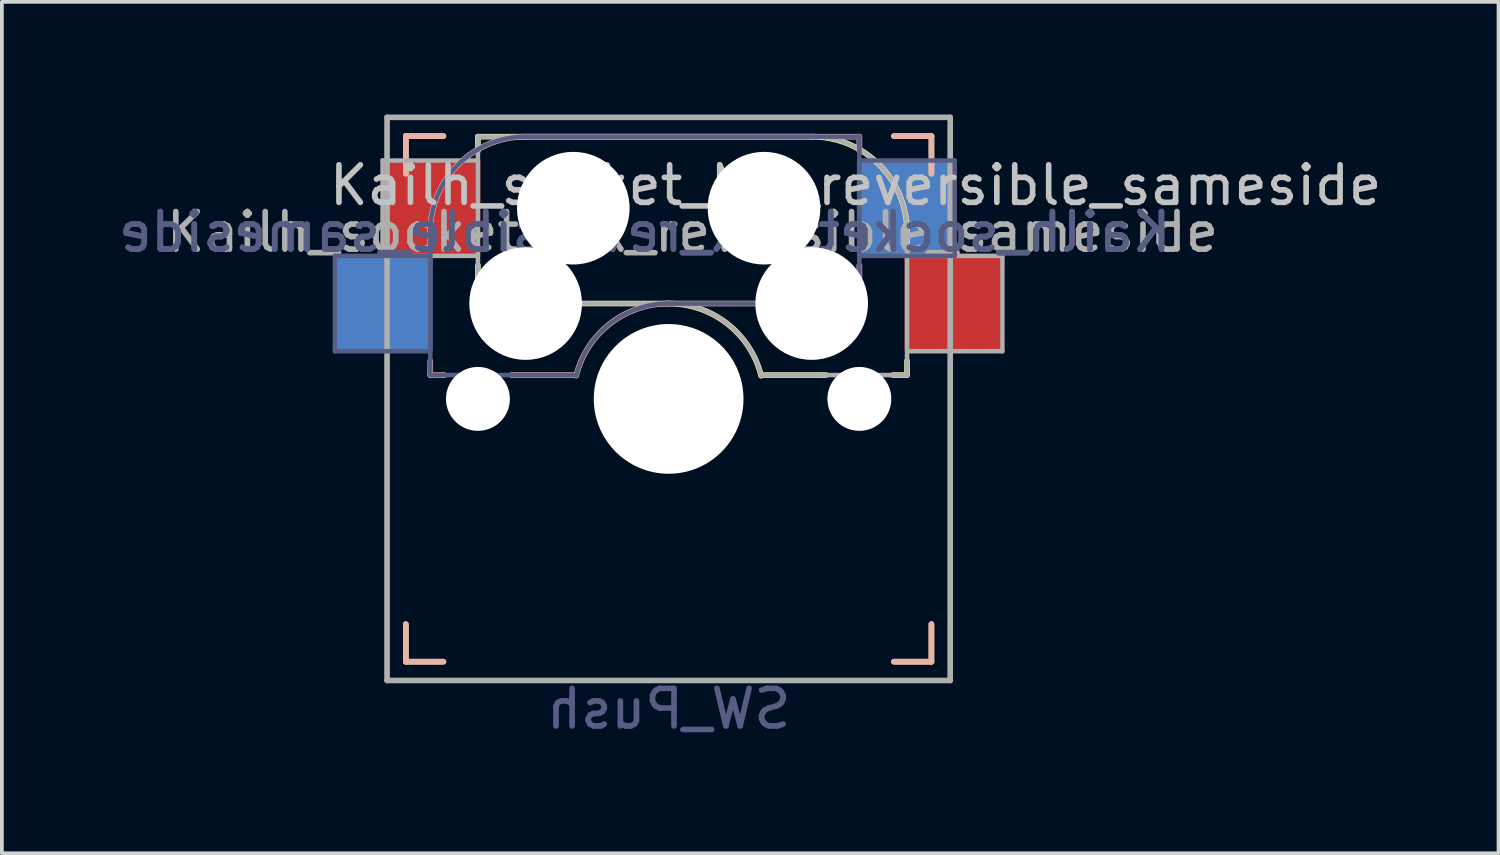
<source format=kicad_pcb>
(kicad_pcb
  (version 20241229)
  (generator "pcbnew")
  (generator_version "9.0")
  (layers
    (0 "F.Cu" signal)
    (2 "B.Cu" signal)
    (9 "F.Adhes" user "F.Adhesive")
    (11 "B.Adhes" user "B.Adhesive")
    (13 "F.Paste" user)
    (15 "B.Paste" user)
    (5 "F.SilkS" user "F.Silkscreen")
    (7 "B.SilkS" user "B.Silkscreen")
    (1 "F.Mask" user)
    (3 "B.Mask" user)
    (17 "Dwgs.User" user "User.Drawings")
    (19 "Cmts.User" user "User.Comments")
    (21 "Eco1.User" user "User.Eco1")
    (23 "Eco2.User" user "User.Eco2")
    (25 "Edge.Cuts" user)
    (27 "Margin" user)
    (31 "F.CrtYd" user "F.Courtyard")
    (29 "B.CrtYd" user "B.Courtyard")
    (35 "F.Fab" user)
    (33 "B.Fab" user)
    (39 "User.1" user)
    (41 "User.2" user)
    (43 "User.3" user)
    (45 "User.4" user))
  (footprint "Kailh_socket_MX_reversible_sameside"
    (layer "F.Cu")
    (at 14.76 7.575)
    (property "Reference" "Kailh_socket_MX_reversible_sameside" (at 4.98 -5.69 180) (layer "Dwgs.User") (effects (font (size 1 1) (thickness 0.15))))
    (property "Value" "SW_Push" (at -0.07 8.17 180) (layer "Dwgs.User") (hide yes) (effects (font (size 1 1) (thickness 0.15))))
    (attr smd)
    (fp_line (start -7 -6) (end -7 -7) (stroke (width 0.15) (type solid)) (layer "F.SilkS"))
    (fp_line (start -7 7) (end -7 6) (stroke (width 0.15) (type solid)) (layer "F.SilkS"))
    (fp_line (start -7 7) (end -6 7) (stroke (width 0.15) (type solid)) (layer "F.SilkS"))
    (fp_line (start -6 -7) (end -7 -7) (stroke (width 0.15) (type solid)) (layer "F.SilkS"))
    (fp_line (start -5.08 -6.985) (end -5.08 -6.604) (stroke (width 0.15) (type solid)) (layer "F.SilkS"))
    (fp_line (start -5.08 -3.556) (end -5.08 -2.54) (stroke (width 0.15) (type solid)) (layer "F.SilkS"))
    (fp_line (start -5.08 -2.54) (end 0 -2.54) (stroke (width 0.15) (type solid)) (layer "F.SilkS"))
    (fp_line (start 2.464 -0.635) (end 4.191 -0.635) (stroke (width 0.15) (type solid)) (layer "F.SilkS"))
    (fp_line (start 3.81 -6.985) (end -5.08 -6.985) (stroke (width 0.15) (type solid)) (layer "F.SilkS"))
    (fp_line (start 5.969 -0.635) (end 6.35 -0.635) (stroke (width 0.15) (type solid)) (layer "F.SilkS"))
    (fp_line (start 6 7) (end 7 7) (stroke (width 0.15) (type solid)) (layer "F.SilkS"))
    (fp_line (start 6.35 -4.445) (end 6.35 -4.064) (stroke (width 0.15) (type solid)) (layer "F.SilkS"))
    (fp_line (start 6.35 -1.016) (end 6.35 -0.635) (stroke (width 0.15) (type solid)) (layer "F.SilkS"))
    (fp_line (start 7 -7) (end 6 -7) (stroke (width 0.15) (type solid)) (layer "F.SilkS"))
    (fp_line (start 7 -7) (end 7 -6) (stroke (width 0.15) (type solid)) (layer "F.SilkS"))
    (fp_line (start 7 6) (end 7 7) (stroke (width 0.15) (type solid)) (layer "F.SilkS"))
    (fp_arc (start 0 -2.54) (mid 1.563147 -2.002042) (end 2.464162 -0.61604) (stroke (width 0.15) (type solid)) (layer "F.SilkS"))
    (fp_arc (start 3.81 -6.985) (mid 5.606051 -6.241051) (end 6.35 -4.445) (stroke (width 0.15) (type solid)) (layer "F.SilkS"))
    (fp_line (start -7 -7) (end -7 -6) (stroke (width 0.15) (type solid)) (layer "B.SilkS"))
    (fp_line (start -7 -7) (end -6 -7) (stroke (width 0.15) (type solid)) (layer "B.SilkS"))
    (fp_line (start -7 6) (end -7 7) (stroke (width 0.15) (type solid)) (layer "B.SilkS"))
    (fp_line (start -6.35 -4.445) (end -6.35 -4.064) (stroke (width 0.15) (type solid)) (layer "B.SilkS"))
    (fp_line (start -6.35 -1.016) (end -6.35 -0.635) (stroke (width 0.15) (type solid)) (layer "B.SilkS"))
    (fp_line (start -6 7) (end -7 7) (stroke (width 0.15) (type solid)) (layer "B.SilkS"))
    (fp_line (start -5.969 -0.635) (end -6.35 -0.635) (stroke (width 0.15) (type solid)) (layer "B.SilkS"))
    (fp_line (start -3.81 -6.985) (end 5.08 -6.985) (stroke (width 0.15) (type solid)) (layer "B.SilkS"))
    (fp_line (start -2.464 -0.635) (end -4.191 -0.635) (stroke (width 0.15) (type solid)) (layer "B.SilkS"))
    (fp_line (start 5.08 -6.985) (end 5.08 -6.604) (stroke (width 0.15) (type solid)) (layer "B.SilkS"))
    (fp_line (start 5.08 -3.556) (end 5.08 -2.54) (stroke (width 0.15) (type solid)) (layer "B.SilkS"))
    (fp_line (start 5.08 -2.54) (end 0 -2.54) (stroke (width 0.15) (type solid)) (layer "B.SilkS"))
    (fp_line (start 6 -7) (end 7 -7) (stroke (width 0.15) (type solid)) (layer "B.SilkS"))
    (fp_line (start 7 -6) (end 7 -7) (stroke (width 0.15) (type solid)) (layer "B.SilkS"))
    (fp_line (start 7 7) (end 6 7) (stroke (width 0.15) (type solid)) (layer "B.SilkS"))
    (fp_line (start 7 7) (end 7 6) (stroke (width 0.15) (type solid)) (layer "B.SilkS"))
    (fp_arc (start -6.35 -4.445) (mid -5.606051 -6.241051) (end -3.81 -6.985) (stroke (width 0.15) (type solid)) (layer "B.SilkS"))
    (fp_arc (start -2.464162 -0.61604) (mid -1.563147 -2.002042) (end 0 -2.54) (stroke (width 0.15) (type solid)) (layer "B.SilkS"))
    (fp_line (start -6.9 6.9) (end -6.9 -6.9) (stroke (width 0.15) (type solid)) (layer "Eco2.User"))
    (fp_line (start -6.9 6.9) (end 6.9 6.9) (stroke (width 0.15) (type solid)) (layer "Eco2.User"))
    (fp_line (start 6.9 -6.9) (end -6.9 -6.9) (stroke (width 0.15) (type solid)) (layer "Eco2.User"))
    (fp_line (start 6.9 -6.9) (end 6.9 6.9) (stroke (width 0.15) (type solid)) (layer "Eco2.User"))
    (fp_line (start -8.89 -3.81) (end -6.35 -3.81) (stroke (width 0.12) (type solid)) (layer "B.Fab"))
    (fp_line (start -8.89 -1.27) (end -8.89 -3.81) (stroke (width 0.12) (type solid)) (layer "B.Fab"))
    (fp_line (start -6.35 -1.27) (end -8.89 -1.27) (stroke (width 0.12) (type solid)) (layer "B.Fab"))
    (fp_line (start -6.35 -0.635) (end -6.35 -4.445) (stroke (width 0.12) (type solid)) (layer "B.Fab"))
    (fp_line (start -6.35 -0.635) (end -2.54 -0.635) (stroke (width 0.12) (type solid)) (layer "B.Fab"))
    (fp_line (start -3.81 -6.985) (end 5.08 -6.985) (stroke (width 0.12) (type solid)) (layer "B.Fab"))
    (fp_line (start 5.08 -6.985) (end 5.08 -2.54) (stroke (width 0.12) (type solid)) (layer "B.Fab"))
    (fp_line (start 5.08 -6.35) (end 7.62 -6.35) (stroke (width 0.12) (type solid)) (layer "B.Fab"))
    (fp_line (start 5.08 -2.54) (end 0 -2.54) (stroke (width 0.12) (type solid)) (layer "B.Fab"))
    (fp_line (start 7.62 -6.35) (end 7.62 -3.81) (stroke (width 0.12) (type solid)) (layer "B.Fab"))
    (fp_line (start 7.62 -3.81) (end 5.08 -3.81) (stroke (width 0.12) (type solid)) (layer "B.Fab"))
    (fp_arc (start -6.35 -4.445) (mid -5.606051 -6.241051) (end -3.81 -6.985) (stroke (width 0.12) (type solid)) (layer "B.Fab"))
    (fp_arc (start -2.464162 -0.61604) (mid -1.563147 -2.002042) (end 0 -2.54) (stroke (width 0.12) (type solid)) (layer "B.Fab"))
    (fp_line (start -7.62 -6.35) (end -7.62 -3.81) (stroke (width 0.12) (type solid)) (layer "F.Fab"))
    (fp_line (start -7.62 -3.81) (end -5.08 -3.81) (stroke (width 0.12) (type solid)) (layer "F.Fab"))
    (fp_line (start -7.5 -7.5) (end 7.5 -7.5) (stroke (width 0.15) (type solid)) (layer "F.Fab"))
    (fp_line (start -7.5 7.5) (end -7.5 -7.5) (stroke (width 0.15) (type solid)) (layer "F.Fab"))
    (fp_line (start -5.08 -6.985) (end -5.08 -2.54) (stroke (width 0.12) (type solid)) (layer "F.Fab"))
    (fp_line (start -5.08 -6.35) (end -7.62 -6.35) (stroke (width 0.12) (type solid)) (layer "F.Fab"))
    (fp_line (start -5.08 -2.54) (end 0 -2.54) (stroke (width 0.12) (type solid)) (layer "F.Fab"))
    (fp_line (start 3.81 -6.985) (end -5.08 -6.985) (stroke (width 0.12) (type solid)) (layer "F.Fab"))
    (fp_line (start 6.35 -1.27) (end 8.89 -1.27) (stroke (width 0.12) (type solid)) (layer "F.Fab"))
    (fp_line (start 6.35 -0.635) (end 2.54 -0.635) (stroke (width 0.12) (type solid)) (layer "F.Fab"))
    (fp_line (start 6.35 -0.635) (end 6.35 -4.445) (stroke (width 0.12) (type solid)) (layer "F.Fab"))
    (fp_line (start 7.5 -7.5) (end 7.5 7.5) (stroke (width 0.15) (type solid)) (layer "F.Fab"))
    (fp_line (start 7.5 7.5) (end -7.5 7.5) (stroke (width 0.15) (type solid)) (layer "F.Fab"))
    (fp_line (start 8.89 -3.81) (end 6.35 -3.81) (stroke (width 0.12) (type solid)) (layer "F.Fab"))
    (fp_line (start 8.89 -1.27) (end 8.89 -3.81) (stroke (width 0.12) (type solid)) (layer "F.Fab"))
    (fp_arc (start 0 -2.54) (mid 1.563147 -2.002042) (end 2.464162 -0.61604) (stroke (width 0.12) (type solid)) (layer "F.Fab"))
    (fp_arc (start 3.81 -6.985) (mid 5.606051 -6.241051) (end 6.35 -4.445) (stroke (width 0.12) (type solid)) (layer "F.Fab"))
    (fp_text user "${REFERENCE}" (at -0.635 -4.445 0) (layer "B.Fab") (effects (font (size 1 1) (thickness 0.15)) (justify mirror)))
    (fp_text user "${REFERENCE}" (at -0.635 -4.445 0) (layer "B.Fab") (effects (font (size 1 1) (thickness 0.15)) (justify mirror)))
    (fp_text user "${VALUE}" (at 0 8.255 0) (layer "B.Fab") (effects (font (size 1 1) (thickness 0.15)) (justify mirror)))
    (fp_text user "${REFERENCE}" (at 0.635 -4.445 180) (layer "F.Fab") (effects (font (size 1 1) (thickness 0.15))))
    (pad "" np_thru_hole circle (at -5.08 0) (size 1.702 1.702) (drill 1.702) (layers "*.Cu" "*.Mask"))
    (pad "" np_thru_hole circle (at -3.81 -2.54) (size 3 3) (drill 3) (layers "*.Cu" "*.Mask"))
    (pad "" np_thru_hole circle (at -2.54 -5.08) (size 3 3) (drill 3) (layers "*.Cu" "*.Mask"))
    (pad "" np_thru_hole circle (at 0 0) (size 3.988 3.988) (drill 3.988) (layers "*.Cu" "*.Mask"))
    (pad "" np_thru_hole circle (at 2.54 -5.08) (size 3 3) (drill 3) (layers "*.Cu" "*.Mask"))
    (pad "" np_thru_hole circle (at 3.81 -2.54) (size 3 3) (drill 3) (layers "*.Cu" "*.Mask"))
    (pad "" np_thru_hole circle (at 5.08 0) (size 1.702 1.702) (drill 1.702) (layers "*.Cu" "*.Mask"))
    (pad "1" smd rect (at -6.29 -5.08) (size 2.55 2.5) (layers "F.Cu" "F.Mask" "F.Paste"))
    (pad "1" smd rect (at 6.29 -5.08) (size 2.55 2.5) (layers "B.Cu" "B.Mask" "B.Paste"))
    (pad "2" smd rect (at -7.56 -2.54) (size 2.55 2.5) (layers "B.Cu" "B.Mask" "B.Paste"))
    (pad "2" smd rect (at 7.56 -2.54) (size 2.55 2.5) (layers "F.Cu" "F.Mask" "F.Paste")))
  (gr_rect
    (start -3 -3)
    (end 36.865 19.678)
    (stroke (width 0.1) (type default))
    (fill no)
    (layer "Edge.Cuts")))
</source>
